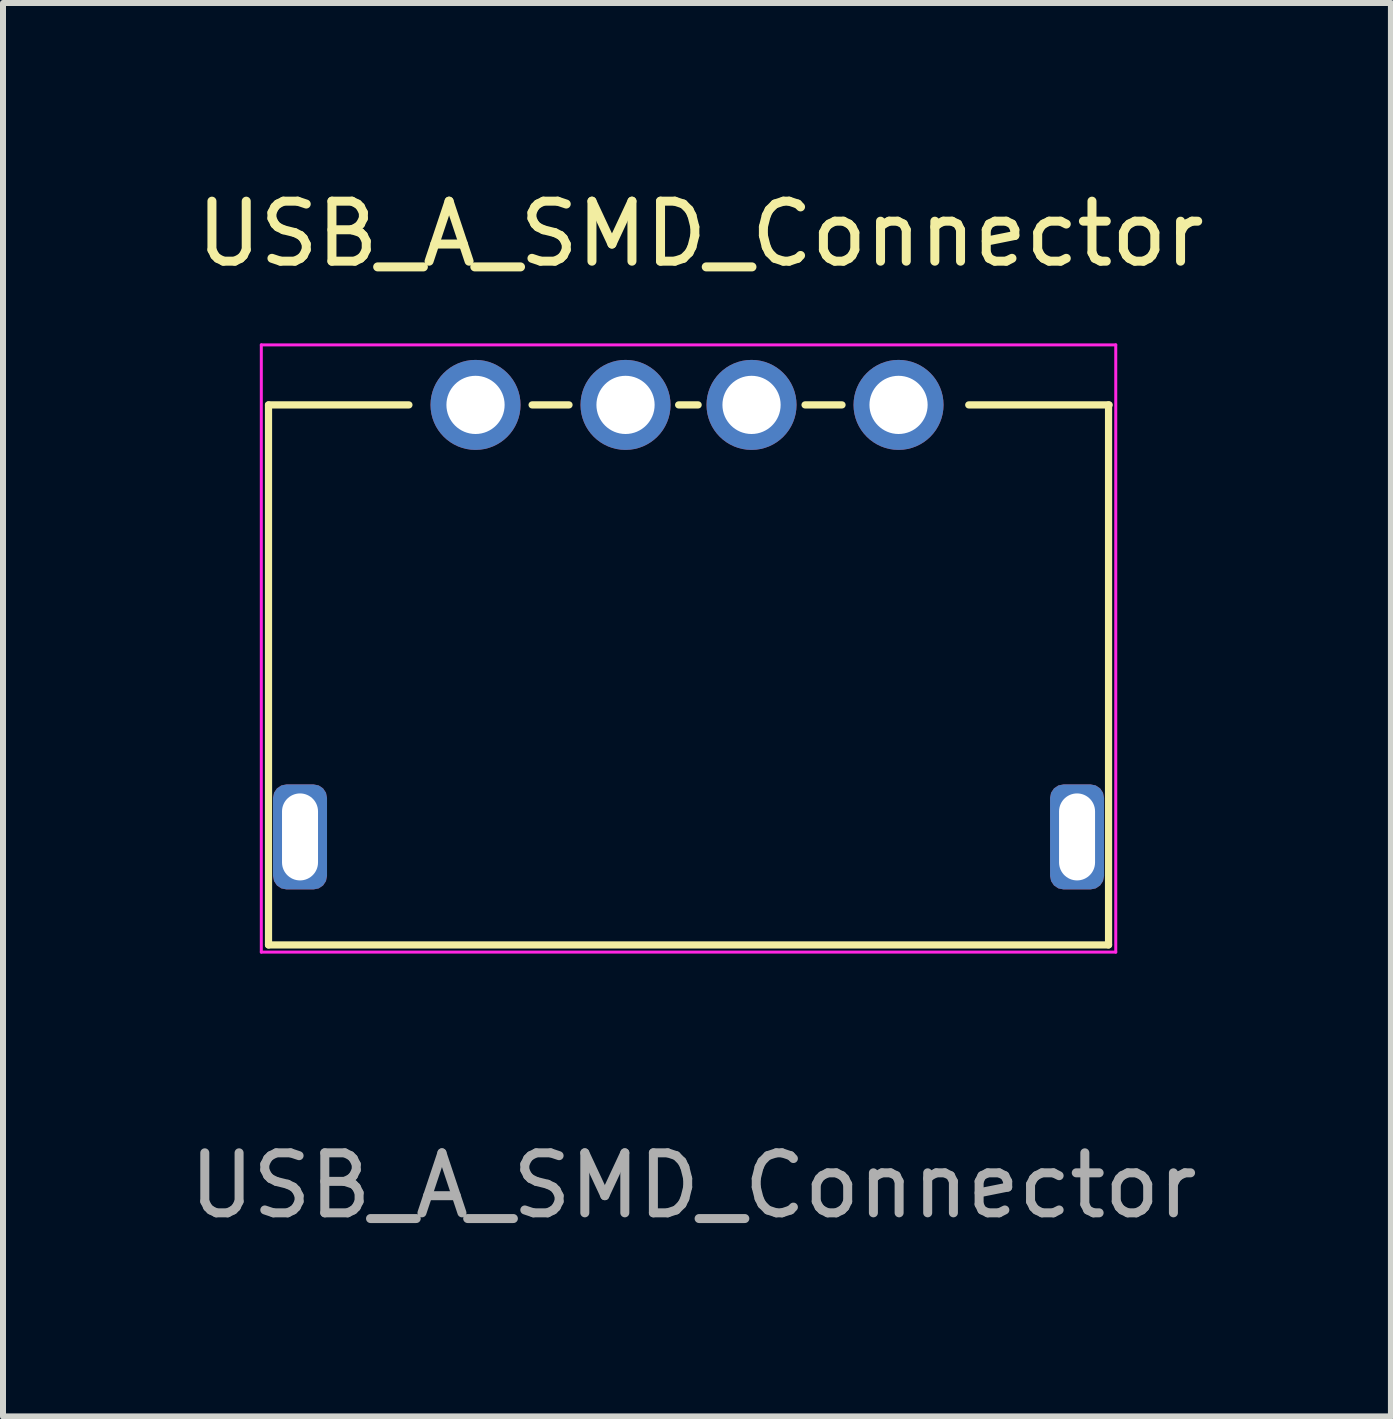
<source format=kicad_pcb>
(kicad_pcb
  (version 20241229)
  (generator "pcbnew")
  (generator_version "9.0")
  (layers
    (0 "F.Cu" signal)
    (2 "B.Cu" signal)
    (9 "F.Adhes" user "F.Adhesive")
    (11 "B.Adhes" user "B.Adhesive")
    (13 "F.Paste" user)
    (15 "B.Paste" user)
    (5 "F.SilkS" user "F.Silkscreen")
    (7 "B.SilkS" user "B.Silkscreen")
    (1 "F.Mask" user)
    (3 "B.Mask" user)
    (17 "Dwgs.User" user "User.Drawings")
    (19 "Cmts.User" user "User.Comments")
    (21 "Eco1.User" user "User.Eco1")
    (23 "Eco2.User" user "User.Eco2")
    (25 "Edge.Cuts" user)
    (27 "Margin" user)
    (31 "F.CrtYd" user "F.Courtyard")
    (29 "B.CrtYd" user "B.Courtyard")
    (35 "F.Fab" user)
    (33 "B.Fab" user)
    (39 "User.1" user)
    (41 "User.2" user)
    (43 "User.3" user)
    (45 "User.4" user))
  (footprint "USB_A_SMD_Connector"
    (layer "F.Cu")
    (at 8.425 3.698)
    (property "Reference" "USB_A_SMD_Connector" (at 0.2 -2.85 0) (unlocked yes) (layer "F.SilkS") (effects (font (size 1 1) (thickness 0.15))))
    (attr smd)
    (fp_line (start -7 0) (end -4.66 0) (stroke (width 0.12) (type solid)) (layer "F.SilkS"))
    (fp_line (start -7 9) (end -7 0) (stroke (width 0.12) (type solid)) (layer "F.SilkS"))
    (fp_line (start -2.607 0) (end -1.992 0) (stroke (width 0.12) (type solid)) (layer "F.SilkS"))
    (fp_line (start -0.165 0) (end 0.16 0) (stroke (width 0.12) (type solid)) (layer "F.SilkS"))
    (fp_line (start 1.942 0) (end 2.558 0) (stroke (width 0.12) (type solid)) (layer "F.SilkS"))
    (fp_line (start 4.67 0) (end 7.01 0) (stroke (width 0.12) (type solid)) (layer "F.SilkS"))
    (fp_line (start 7 0) (end 7 9) (stroke (width 0.12) (type solid)) (layer "F.SilkS"))
    (fp_line (start 7 9) (end -7 9) (stroke (width 0.12) (type solid)) (layer "F.SilkS"))
    (fp_line (start -7.12 -1) (end -7.12 9.12) (stroke (width 0.05) (type solid)) (layer "F.CrtYd"))
    (fp_line (start -7.12 9.12) (end 7.12 9.12) (stroke (width 0.05) (type solid)) (layer "F.CrtYd"))
    (fp_line (start 7.12 -1) (end -7.12 -1) (stroke (width 0.05) (type solid)) (layer "F.CrtYd"))
    (fp_line (start 7.12 -1) (end 7.12 9.12) (stroke (width 0.05) (type solid)) (layer "F.CrtYd"))
    (fp_text user "${REFERENCE}" (at 0.081 13.01 0) (unlocked yes) (layer "F.Fab") (effects (font (size 1 1) (thickness 0.15))))
    (pad "1" thru_hole circle (at -3.55 0) (size 1.5 1.5) (drill 0.97) (layers "*.Cu" "*.Mask"))
    (pad "2" thru_hole circle (at -1.05 0) (size 1.5 1.5) (drill 0.97) (layers "*.Cu" "*.Mask"))
    (pad "3" thru_hole circle (at 1.05 0) (size 1.5 1.5) (drill 0.97) (layers "*.Cu" "*.Mask"))
    (pad "4" thru_hole circle (at 3.5 0 180) (size 1.5 1.5) (drill 0.97) (layers "*.Cu" "*.Mask"))
    (pad "5" thru_hole roundrect (at 6.475 7.2) (size 0.9 1.75) (drill oval 0.6 1.45) (layers "*.Cu" "*.Mask") (roundrect_rratio 0.25))
    (pad "6" thru_hole roundrect (at -6.475 7.2) (size 0.9 1.75) (drill oval 0.6 1.45) (layers "*.Cu" "*.Mask") (roundrect_rratio 0.25)))
  (gr_rect
    (start -3 -3)
    (end 20.131 20.556)
    (stroke (width 0.1) (type default))
    (fill no)
    (layer "Edge.Cuts")))
</source>
